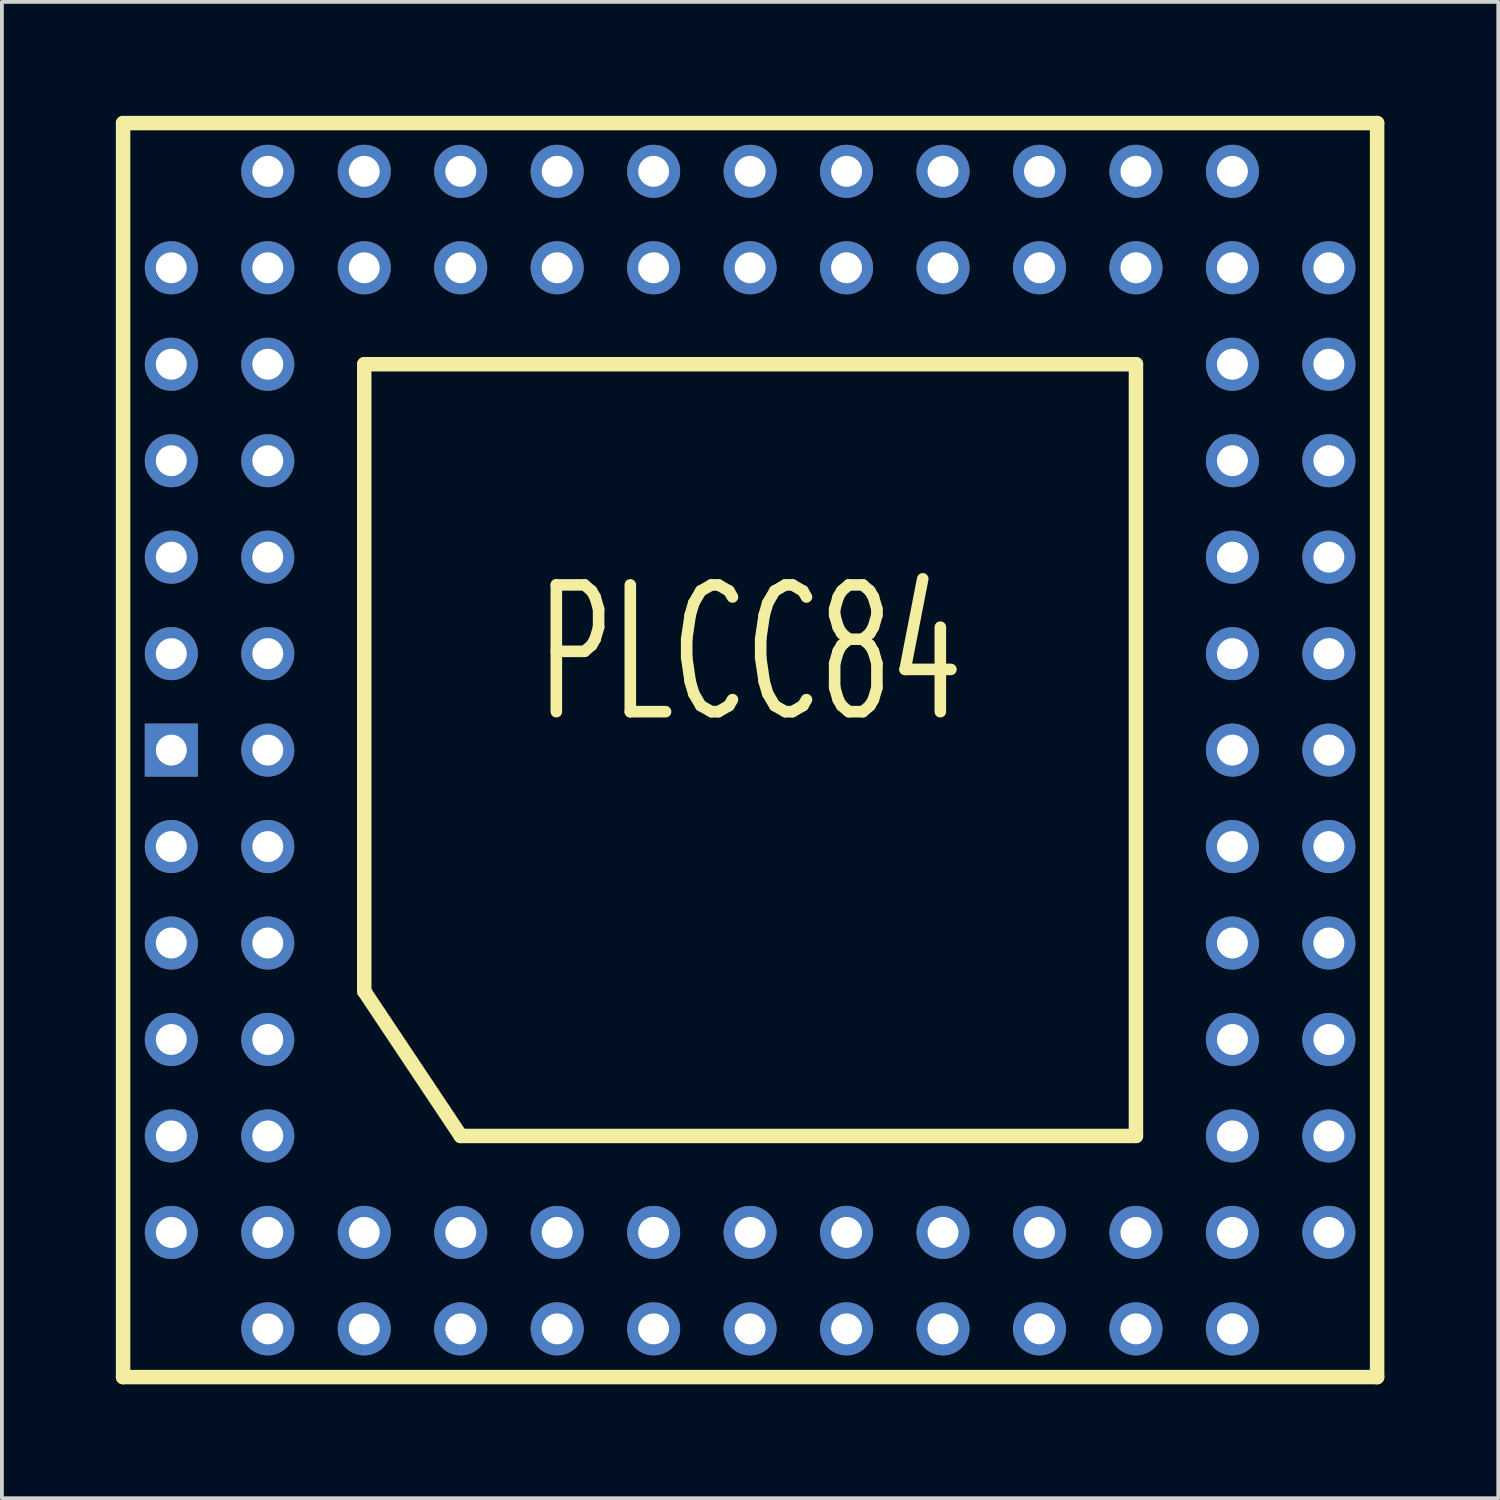
<source format=kicad_pcb>
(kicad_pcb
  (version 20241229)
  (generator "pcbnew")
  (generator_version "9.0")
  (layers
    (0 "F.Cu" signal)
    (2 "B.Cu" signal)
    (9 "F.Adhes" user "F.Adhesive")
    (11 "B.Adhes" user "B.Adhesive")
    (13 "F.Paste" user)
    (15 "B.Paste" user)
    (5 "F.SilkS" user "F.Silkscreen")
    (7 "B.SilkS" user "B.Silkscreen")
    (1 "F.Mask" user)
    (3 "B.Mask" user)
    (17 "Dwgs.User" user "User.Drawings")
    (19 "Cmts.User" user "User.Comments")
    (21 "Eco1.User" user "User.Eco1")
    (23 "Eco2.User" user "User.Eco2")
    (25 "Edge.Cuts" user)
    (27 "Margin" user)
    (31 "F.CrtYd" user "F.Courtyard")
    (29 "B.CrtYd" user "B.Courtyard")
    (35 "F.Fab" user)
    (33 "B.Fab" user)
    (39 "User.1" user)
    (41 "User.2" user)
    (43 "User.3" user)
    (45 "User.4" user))
  (footprint "PLCC84"
    (layer "F.Cu")
    (at 16.701 16.701)
    (property "Reference" "PLCC84" (at 0 -2.54 0) (layer "F.SilkS") (effects (font (size 3.338 1.948) (thickness 0.305))))
    (attr through_hole)
    (fp_line (start -16.51 -16.51) (end -16.51 16.51) (stroke (width 0.381) (type solid)) (layer "F.SilkS"))
    (fp_line (start -16.51 16.51) (end 16.51 16.51) (stroke (width 0.381) (type solid)) (layer "F.SilkS"))
    (fp_line (start -10.16 -10.16) (end -10.16 6.35) (stroke (width 0.381) (type solid)) (layer "F.SilkS"))
    (fp_line (start -10.16 6.35) (end -7.62 10.16) (stroke (width 0.381) (type solid)) (layer "F.SilkS"))
    (fp_line (start -7.62 10.16) (end 10.16 10.16) (stroke (width 0.381) (type solid)) (layer "F.SilkS"))
    (fp_line (start 10.16 -10.16) (end -10.16 -10.16) (stroke (width 0.381) (type solid)) (layer "F.SilkS"))
    (fp_line (start 10.16 10.16) (end 10.16 -10.16) (stroke (width 0.381) (type solid)) (layer "F.SilkS"))
    (fp_line (start 16.51 -16.51) (end -16.51 -16.51) (stroke (width 0.381) (type solid)) (layer "F.SilkS"))
    (fp_line (start 16.51 16.51) (end 16.51 -16.51) (stroke (width 0.381) (type solid)) (layer "F.SilkS"))
    (pad "1" thru_hole rect (at -15.24 0) (size 1.397 1.397) (drill 0.813) (layers "*.Cu" "*.Mask"))
    (pad "2" thru_hole circle (at -12.7 0) (size 1.397 1.397) (drill 0.813) (layers "*.Cu" "*.Mask"))
    (pad "3" thru_hole circle (at -15.24 2.54) (size 1.397 1.397) (drill 0.813) (layers "*.Cu" "*.Mask"))
    (pad "4" thru_hole circle (at -12.7 2.54) (size 1.397 1.397) (drill 0.813) (layers "*.Cu" "*.Mask"))
    (pad "5" thru_hole circle (at -15.24 5.08) (size 1.397 1.397) (drill 0.813) (layers "*.Cu" "*.Mask"))
    (pad "6" thru_hole circle (at -12.7 5.08) (size 1.397 1.397) (drill 0.813) (layers "*.Cu" "*.Mask"))
    (pad "7" thru_hole circle (at -15.24 7.62) (size 1.397 1.397) (drill 0.813) (layers "*.Cu" "*.Mask"))
    (pad "8" thru_hole circle (at -12.7 7.62) (size 1.397 1.397) (drill 0.813) (layers "*.Cu" "*.Mask"))
    (pad "9" thru_hole circle (at -15.24 10.16) (size 1.397 1.397) (drill 0.813) (layers "*.Cu" "*.Mask"))
    (pad "10" thru_hole circle (at -12.7 10.16) (size 1.397 1.397) (drill 0.813) (layers "*.Cu" "*.Mask"))
    (pad "11" thru_hole circle (at -15.24 12.7) (size 1.397 1.397) (drill 0.813) (layers "*.Cu" "*.Mask"))
    (pad "12" thru_hole circle (at -12.7 15.24) (size 1.397 1.397) (drill 0.813) (layers "*.Cu" "*.Mask"))
    (pad "13" thru_hole circle (at -12.7 12.7) (size 1.397 1.397) (drill 0.813) (layers "*.Cu" "*.Mask"))
    (pad "14" thru_hole circle (at -10.16 15.24) (size 1.397 1.397) (drill 0.813) (layers "*.Cu" "*.Mask"))
    (pad "15" thru_hole circle (at -10.16 12.7) (size 1.397 1.397) (drill 0.813) (layers "*.Cu" "*.Mask"))
    (pad "16" thru_hole circle (at -7.62 15.24) (size 1.397 1.397) (drill 0.813) (layers "*.Cu" "*.Mask"))
    (pad "17" thru_hole circle (at -7.62 12.7) (size 1.397 1.397) (drill 0.813) (layers "*.Cu" "*.Mask"))
    (pad "18" thru_hole circle (at -5.08 15.24) (size 1.397 1.397) (drill 0.813) (layers "*.Cu" "*.Mask"))
    (pad "19" thru_hole circle (at -5.08 12.7) (size 1.397 1.397) (drill 0.813) (layers "*.Cu" "*.Mask"))
    (pad "20" thru_hole circle (at -2.54 15.24) (size 1.397 1.397) (drill 0.813) (layers "*.Cu" "*.Mask"))
    (pad "21" thru_hole circle (at -2.54 12.7) (size 1.397 1.397) (drill 0.813) (layers "*.Cu" "*.Mask"))
    (pad "22" thru_hole circle (at 0 15.24) (size 1.397 1.397) (drill 0.813) (layers "*.Cu" "*.Mask"))
    (pad "23" thru_hole circle (at 0 12.7) (size 1.397 1.397) (drill 0.813) (layers "*.Cu" "*.Mask"))
    (pad "24" thru_hole circle (at 2.54 15.24) (size 1.397 1.397) (drill 0.813) (layers "*.Cu" "*.Mask"))
    (pad "25" thru_hole circle (at 2.54 12.7) (size 1.397 1.397) (drill 0.813) (layers "*.Cu" "*.Mask"))
    (pad "26" thru_hole circle (at 5.08 15.24) (size 1.397 1.397) (drill 0.813) (layers "*.Cu" "*.Mask"))
    (pad "27" thru_hole circle (at 5.08 12.7) (size 1.397 1.397) (drill 0.813) (layers "*.Cu" "*.Mask"))
    (pad "28" thru_hole circle (at 7.62 15.24) (size 1.397 1.397) (drill 0.813) (layers "*.Cu" "*.Mask"))
    (pad "29" thru_hole circle (at 7.62 12.7) (size 1.397 1.397) (drill 0.813) (layers "*.Cu" "*.Mask"))
    (pad "30" thru_hole circle (at 10.16 15.24) (size 1.397 1.397) (drill 0.813) (layers "*.Cu" "*.Mask"))
    (pad "31" thru_hole circle (at 10.16 12.7) (size 1.397 1.397) (drill 0.813) (layers "*.Cu" "*.Mask"))
    (pad "32" thru_hole circle (at 12.7 15.24) (size 1.397 1.397) (drill 0.813) (layers "*.Cu" "*.Mask"))
    (pad "33" thru_hole circle (at 15.24 12.7) (size 1.397 1.397) (drill 0.813) (layers "*.Cu" "*.Mask"))
    (pad "34" thru_hole circle (at 12.7 12.7) (size 1.397 1.397) (drill 0.813) (layers "*.Cu" "*.Mask"))
    (pad "35" thru_hole circle (at 15.24 10.16) (size 1.397 1.397) (drill 0.813) (layers "*.Cu" "*.Mask"))
    (pad "36" thru_hole circle (at 12.7 10.16) (size 1.397 1.397) (drill 0.813) (layers "*.Cu" "*.Mask"))
    (pad "37" thru_hole circle (at 15.24 7.62) (size 1.397 1.397) (drill 0.813) (layers "*.Cu" "*.Mask"))
    (pad "38" thru_hole circle (at 12.7 7.62) (size 1.397 1.397) (drill 0.813) (layers "*.Cu" "*.Mask"))
    (pad "39" thru_hole circle (at 15.24 5.08) (size 1.397 1.397) (drill 0.813) (layers "*.Cu" "*.Mask"))
    (pad "40" thru_hole circle (at 12.7 5.08) (size 1.397 1.397) (drill 0.813) (layers "*.Cu" "*.Mask"))
    (pad "41" thru_hole circle (at 15.24 2.54) (size 1.397 1.397) (drill 0.813) (layers "*.Cu" "*.Mask"))
    (pad "42" thru_hole circle (at 12.7 2.54) (size 1.397 1.397) (drill 0.813) (layers "*.Cu" "*.Mask"))
    (pad "43" thru_hole circle (at 15.24 0) (size 1.397 1.397) (drill 0.813) (layers "*.Cu" "*.Mask"))
    (pad "44" thru_hole circle (at 12.7 0) (size 1.397 1.397) (drill 0.813) (layers "*.Cu" "*.Mask"))
    (pad "45" thru_hole circle (at 15.24 -2.54) (size 1.397 1.397) (drill 0.813) (layers "*.Cu" "*.Mask"))
    (pad "46" thru_hole circle (at 12.7 -2.54) (size 1.397 1.397) (drill 0.813) (layers "*.Cu" "*.Mask"))
    (pad "47" thru_hole circle (at 15.24 -5.08) (size 1.397 1.397) (drill 0.813) (layers "*.Cu" "*.Mask"))
    (pad "48" thru_hole circle (at 12.7 -5.08) (size 1.397 1.397) (drill 0.813) (layers "*.Cu" "*.Mask"))
    (pad "49" thru_hole circle (at 15.24 -7.62) (size 1.397 1.397) (drill 0.813) (layers "*.Cu" "*.Mask"))
    (pad "50" thru_hole circle (at 12.7 -7.62) (size 1.397 1.397) (drill 0.813) (layers "*.Cu" "*.Mask"))
    (pad "51" thru_hole circle (at 15.24 -10.16) (size 1.397 1.397) (drill 0.813) (layers "*.Cu" "*.Mask"))
    (pad "52" thru_hole circle (at 12.7 -10.16) (size 1.397 1.397) (drill 0.813) (layers "*.Cu" "*.Mask"))
    (pad "53" thru_hole circle (at 15.24 -12.7) (size 1.397 1.397) (drill 0.813) (layers "*.Cu" "*.Mask"))
    (pad "54" thru_hole circle (at 12.7 -15.24) (size 1.397 1.397) (drill 0.813) (layers "*.Cu" "*.Mask"))
    (pad "55" thru_hole circle (at 12.7 -12.7) (size 1.397 1.397) (drill 0.813) (layers "*.Cu" "*.Mask"))
    (pad "56" thru_hole circle (at 10.16 -15.24) (size 1.397 1.397) (drill 0.813) (layers "*.Cu" "*.Mask"))
    (pad "57" thru_hole circle (at 10.16 -12.7) (size 1.397 1.397) (drill 0.813) (layers "*.Cu" "*.Mask"))
    (pad "58" thru_hole circle (at 7.62 -15.24) (size 1.397 1.397) (drill 0.813) (layers "*.Cu" "*.Mask"))
    (pad "59" thru_hole circle (at 7.62 -12.7) (size 1.397 1.397) (drill 0.813) (layers "*.Cu" "*.Mask"))
    (pad "60" thru_hole circle (at 5.08 -15.24) (size 1.397 1.397) (drill 0.813) (layers "*.Cu" "*.Mask"))
    (pad "61" thru_hole circle (at 5.08 -12.7) (size 1.397 1.397) (drill 0.813) (layers "*.Cu" "*.Mask"))
    (pad "62" thru_hole circle (at 2.54 -15.24) (size 1.397 1.397) (drill 0.813) (layers "*.Cu" "*.Mask"))
    (pad "63" thru_hole circle (at 2.54 -12.7) (size 1.397 1.397) (drill 0.813) (layers "*.Cu" "*.Mask"))
    (pad "64" thru_hole circle (at 0 -15.24) (size 1.397 1.397) (drill 0.813) (layers "*.Cu" "*.Mask"))
    (pad "65" thru_hole circle (at 0 -12.7) (size 1.397 1.397) (drill 0.813) (layers "*.Cu" "*.Mask"))
    (pad "66" thru_hole circle (at -2.54 -15.24) (size 1.397 1.397) (drill 0.813) (layers "*.Cu" "*.Mask"))
    (pad "67" thru_hole circle (at -2.54 -12.7) (size 1.397 1.397) (drill 0.813) (layers "*.Cu" "*.Mask"))
    (pad "68" thru_hole circle (at -5.08 -15.24) (size 1.397 1.397) (drill 0.813) (layers "*.Cu" "*.Mask"))
    (pad "69" thru_hole circle (at -5.08 -12.7) (size 1.397 1.397) (drill 0.813) (layers "*.Cu" "*.Mask"))
    (pad "70" thru_hole circle (at -7.62 -15.24) (size 1.397 1.397) (drill 0.813) (layers "*.Cu" "*.Mask"))
    (pad "71" thru_hole circle (at -7.62 -12.7) (size 1.397 1.397) (drill 0.813) (layers "*.Cu" "*.Mask"))
    (pad "72" thru_hole circle (at -10.16 -15.24) (size 1.397 1.397) (drill 0.813) (layers "*.Cu" "*.Mask"))
    (pad "73" thru_hole circle (at -10.16 -12.7) (size 1.397 1.397) (drill 0.813) (layers "*.Cu" "*.Mask"))
    (pad "74" thru_hole circle (at -12.7 -15.24) (size 1.397 1.397) (drill 0.813) (layers "*.Cu" "*.Mask"))
    (pad "75" thru_hole circle (at -15.24 -12.7) (size 1.397 1.397) (drill 0.813) (layers "*.Cu" "*.Mask"))
    (pad "76" thru_hole circle (at -12.7 -12.7) (size 1.397 1.397) (drill 0.813) (layers "*.Cu" "*.Mask"))
    (pad "77" thru_hole circle (at -15.24 -10.16) (size 1.397 1.397) (drill 0.813) (layers "*.Cu" "*.Mask"))
    (pad "78" thru_hole circle (at -12.7 -10.16) (size 1.397 1.397) (drill 0.813) (layers "*.Cu" "*.Mask"))
    (pad "79" thru_hole circle (at -15.24 -7.62) (size 1.397 1.397) (drill 0.813) (layers "*.Cu" "*.Mask"))
    (pad "80" thru_hole circle (at -12.7 -7.62) (size 1.397 1.397) (drill 0.813) (layers "*.Cu" "*.Mask"))
    (pad "81" thru_hole circle (at -15.24 -5.08) (size 1.397 1.397) (drill 0.813) (layers "*.Cu" "*.Mask"))
    (pad "82" thru_hole circle (at -12.7 -5.08) (size 1.397 1.397) (drill 0.813) (layers "*.Cu" "*.Mask"))
    (pad "83" thru_hole circle (at -15.24 -2.54) (size 1.397 1.397) (drill 0.813) (layers "*.Cu" "*.Mask"))
    (pad "84" thru_hole circle (at -12.7 -2.54) (size 1.397 1.397) (drill 0.813) (layers "*.Cu" "*.Mask")))
  (gr_rect
    (start -3 -3)
    (end 36.401 36.401)
    (stroke (width 0.1) (type default))
    (fill no)
    (layer "Edge.Cuts")))
</source>
